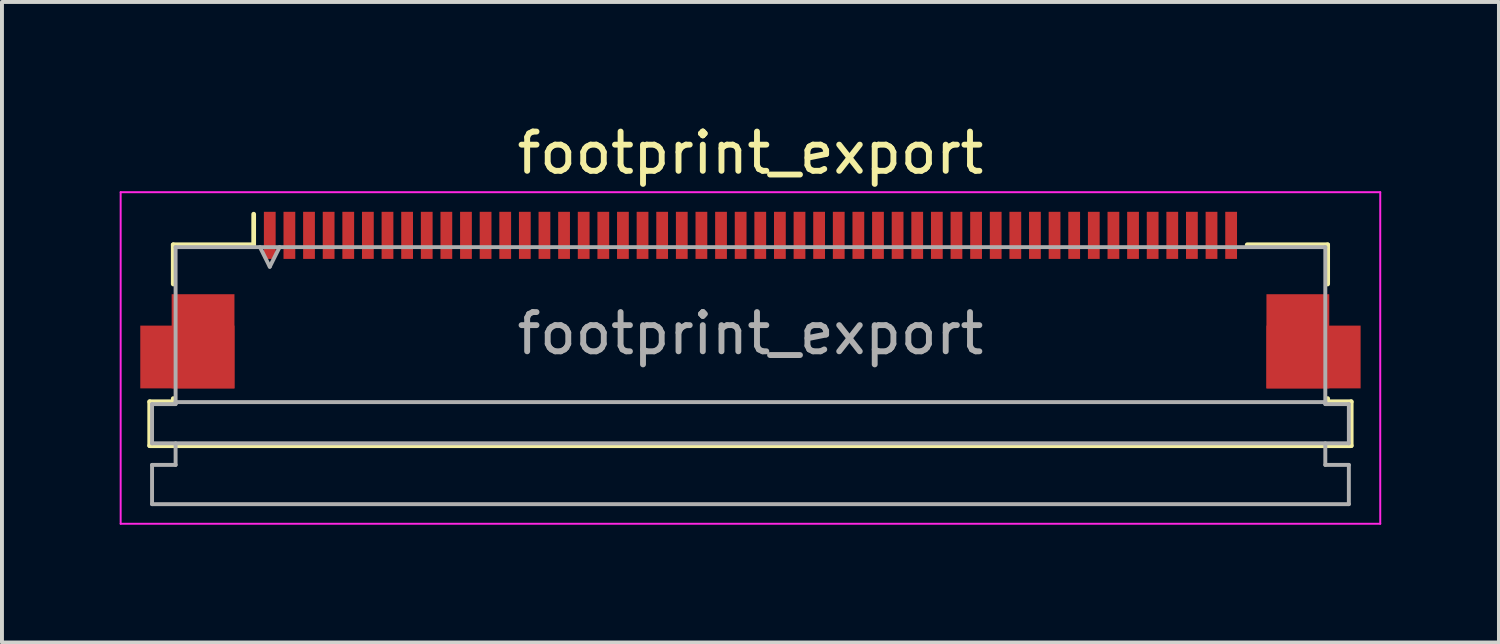
<source format=kicad_pcb>
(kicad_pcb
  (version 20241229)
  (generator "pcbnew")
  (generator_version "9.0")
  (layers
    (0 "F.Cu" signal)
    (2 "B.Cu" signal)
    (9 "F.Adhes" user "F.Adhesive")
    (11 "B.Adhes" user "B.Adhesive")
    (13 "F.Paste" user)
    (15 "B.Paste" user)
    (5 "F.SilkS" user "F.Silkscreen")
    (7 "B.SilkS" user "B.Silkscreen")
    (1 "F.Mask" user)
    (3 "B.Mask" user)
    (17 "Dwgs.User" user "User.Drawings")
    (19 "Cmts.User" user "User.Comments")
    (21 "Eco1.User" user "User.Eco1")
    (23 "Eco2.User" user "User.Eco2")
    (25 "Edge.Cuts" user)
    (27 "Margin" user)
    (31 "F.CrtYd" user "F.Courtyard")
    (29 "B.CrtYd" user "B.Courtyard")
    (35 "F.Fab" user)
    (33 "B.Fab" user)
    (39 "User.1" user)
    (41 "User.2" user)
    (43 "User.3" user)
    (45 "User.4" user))
  (footprint "footprint_export"
    (layer "F.Cu")
    (at 16.075 4.598)
    (property "Reference" "footprint_export" (at 0 -3.75 0) (layer "F.SilkS") (effects (font (size 1 1) (thickness 0.15))))
    (attr smd)
    (fp_line (start -15.31 2.59) (end -15.31 3.71) (stroke (width 0.12) (type solid)) (layer "F.SilkS"))
    (fp_line (start -15.31 2.59) (end -14.71 2.59) (stroke (width 0.12) (type solid)) (layer "F.SilkS"))
    (fp_line (start -14.71 -1.41) (end -14.71 -0.41) (stroke (width 0.12) (type solid)) (layer "F.SilkS"))
    (fp_line (start -14.71 2.59) (end -14.71 2.51) (stroke (width 0.12) (type solid)) (layer "F.SilkS"))
    (fp_line (start -12.66 -1.41) (end -14.71 -1.41) (stroke (width 0.12) (type solid)) (layer "F.SilkS"))
    (fp_line (start -12.66 -1.41) (end -12.66 -2.19) (stroke (width 0.12) (type solid)) (layer "F.SilkS"))
    (fp_line (start 14.71 -1.41) (end 12.66 -1.41) (stroke (width 0.12) (type solid)) (layer "F.SilkS"))
    (fp_line (start 14.71 -1.41) (end 14.71 -0.41) (stroke (width 0.12) (type solid)) (layer "F.SilkS"))
    (fp_line (start 14.71 2.59) (end 14.71 2.51) (stroke (width 0.12) (type solid)) (layer "F.SilkS"))
    (fp_line (start 14.71 2.59) (end 15.31 2.59) (stroke (width 0.12) (type solid)) (layer "F.SilkS"))
    (fp_line (start 15.31 2.59) (end 15.31 3.71) (stroke (width 0.12) (type solid)) (layer "F.SilkS"))
    (fp_line (start 15.31 3.71) (end -15.31 3.71) (stroke (width 0.12) (type solid)) (layer "F.SilkS"))
    (fp_line (start -16.05 -2.75) (end -16.05 5.7) (stroke (width 0.05) (type solid)) (layer "F.CrtYd"))
    (fp_line (start -16.05 -2.75) (end 16.05 -2.75) (stroke (width 0.05) (type solid)) (layer "F.CrtYd"))
    (fp_line (start 16.05 5.7) (end -16.05 5.7) (stroke (width 0.05) (type solid)) (layer "F.CrtYd"))
    (fp_line (start 16.05 5.7) (end 16.05 -2.75) (stroke (width 0.05) (type solid)) (layer "F.CrtYd"))
    (fp_line (start -15.25 2.65) (end -15.25 3.65) (stroke (width 0.1) (type solid)) (layer "F.Fab"))
    (fp_line (start -15.25 2.65) (end -14.65 2.65) (stroke (width 0.1) (type solid)) (layer "F.Fab"))
    (fp_line (start -15.25 3.65) (end 15.25 3.65) (stroke (width 0.1) (type solid)) (layer "F.Fab"))
    (fp_line (start -15.25 4.2) (end -15.25 5.2) (stroke (width 0.1) (type solid)) (layer "F.Fab"))
    (fp_line (start -15.25 4.2) (end -14.65 4.2) (stroke (width 0.1) (type solid)) (layer "F.Fab"))
    (fp_line (start -15.25 5.2) (end 15.25 5.2) (stroke (width 0.1) (type solid)) (layer "F.Fab"))
    (fp_line (start -14.65 -1.35) (end -14.65 2.6) (stroke (width 0.1) (type solid)) (layer "F.Fab"))
    (fp_line (start -14.65 -1.35) (end 14.65 -1.35) (stroke (width 0.1) (type solid)) (layer "F.Fab"))
    (fp_line (start -14.65 2.6) (end -14.65 2.65) (stroke (width 0.1) (type solid)) (layer "F.Fab"))
    (fp_line (start -14.65 2.6) (end 14.65 2.6) (stroke (width 0.1) (type solid)) (layer "F.Fab"))
    (fp_line (start -14.65 3.65) (end -14.65 4.2) (stroke (width 0.1) (type solid)) (layer "F.Fab"))
    (fp_line (start -12.5 -1.35) (end -12.25 -0.85) (stroke (width 0.1) (type solid)) (layer "F.Fab"))
    (fp_line (start -12.25 -0.85) (end -12 -1.35) (stroke (width 0.1) (type solid)) (layer "F.Fab"))
    (fp_line (start 14.65 -1.35) (end 14.65 2.6) (stroke (width 0.1) (type solid)) (layer "F.Fab"))
    (fp_line (start 14.65 2.6) (end 14.65 2.65) (stroke (width 0.1) (type solid)) (layer "F.Fab"))
    (fp_line (start 14.65 2.65) (end 15.25 2.65) (stroke (width 0.1) (type solid)) (layer "F.Fab"))
    (fp_line (start 14.65 3.65) (end 14.65 4.2) (stroke (width 0.1) (type solid)) (layer "F.Fab"))
    (fp_line (start 14.65 4.2) (end 15.25 4.2) (stroke (width 0.1) (type solid)) (layer "F.Fab"))
    (fp_line (start 15.25 2.65) (end 15.25 3.65) (stroke (width 0.1) (type solid)) (layer "F.Fab"))
    (fp_line (start 15.25 4.2) (end 15.25 5.2) (stroke (width 0.1) (type solid)) (layer "F.Fab"))
    (fp_text user "${REFERENCE}" (at 0 0.85 0) (layer "F.Fab") (effects (font (size 1 1) (thickness 0.15))))
    (pad "1" smd rect (at -12.25 -1.65) (size 0.3 1.2) (layers "F.Cu" "F.Mask" "F.Paste"))
    (pad "2" smd rect (at -11.75 -1.65) (size 0.3 1.2) (layers "F.Cu" "F.Mask" "F.Paste"))
    (pad "3" smd rect (at -11.25 -1.65) (size 0.3 1.2) (layers "F.Cu" "F.Mask" "F.Paste"))
    (pad "4" smd rect (at -10.75 -1.65) (size 0.3 1.2) (layers "F.Cu" "F.Mask" "F.Paste"))
    (pad "5" smd rect (at -10.25 -1.65) (size 0.3 1.2) (layers "F.Cu" "F.Mask" "F.Paste"))
    (pad "6" smd rect (at -9.75 -1.65) (size 0.3 1.2) (layers "F.Cu" "F.Mask" "F.Paste"))
    (pad "7" smd rect (at -9.25 -1.65) (size 0.3 1.2) (layers "F.Cu" "F.Mask" "F.Paste"))
    (pad "8" smd rect (at -8.75 -1.65) (size 0.3 1.2) (layers "F.Cu" "F.Mask" "F.Paste"))
    (pad "9" smd rect (at -8.25 -1.65) (size 0.3 1.2) (layers "F.Cu" "F.Mask" "F.Paste"))
    (pad "10" smd rect (at -7.75 -1.65) (size 0.3 1.2) (layers "F.Cu" "F.Mask" "F.Paste"))
    (pad "11" smd rect (at -7.25 -1.65) (size 0.3 1.2) (layers "F.Cu" "F.Mask" "F.Paste"))
    (pad "12" smd rect (at -6.75 -1.65) (size 0.3 1.2) (layers "F.Cu" "F.Mask" "F.Paste"))
    (pad "13" smd rect (at -6.25 -1.65) (size 0.3 1.2) (layers "F.Cu" "F.Mask" "F.Paste"))
    (pad "14" smd rect (at -5.75 -1.65) (size 0.3 1.2) (layers "F.Cu" "F.Mask" "F.Paste"))
    (pad "15" smd rect (at -5.25 -1.65) (size 0.3 1.2) (layers "F.Cu" "F.Mask" "F.Paste"))
    (pad "16" smd rect (at -4.75 -1.65) (size 0.3 1.2) (layers "F.Cu" "F.Mask" "F.Paste"))
    (pad "17" smd rect (at -4.25 -1.65) (size 0.3 1.2) (layers "F.Cu" "F.Mask" "F.Paste"))
    (pad "18" smd rect (at -3.75 -1.65) (size 0.3 1.2) (layers "F.Cu" "F.Mask" "F.Paste"))
    (pad "19" smd rect (at -3.25 -1.65) (size 0.3 1.2) (layers "F.Cu" "F.Mask" "F.Paste"))
    (pad "20" smd rect (at -2.75 -1.65) (size 0.3 1.2) (layers "F.Cu" "F.Mask" "F.Paste"))
    (pad "21" smd rect (at -2.25 -1.65) (size 0.3 1.2) (layers "F.Cu" "F.Mask" "F.Paste"))
    (pad "22" smd rect (at -1.75 -1.65) (size 0.3 1.2) (layers "F.Cu" "F.Mask" "F.Paste"))
    (pad "23" smd rect (at -1.25 -1.65) (size 0.3 1.2) (layers "F.Cu" "F.Mask" "F.Paste"))
    (pad "24" smd rect (at -0.75 -1.65) (size 0.3 1.2) (layers "F.Cu" "F.Mask" "F.Paste"))
    (pad "25" smd rect (at -0.25 -1.65) (size 0.3 1.2) (layers "F.Cu" "F.Mask" "F.Paste"))
    (pad "26" smd rect (at 0.25 -1.65) (size 0.3 1.2) (layers "F.Cu" "F.Mask" "F.Paste"))
    (pad "27" smd rect (at 0.75 -1.65) (size 0.3 1.2) (layers "F.Cu" "F.Mask" "F.Paste"))
    (pad "28" smd rect (at 1.25 -1.65) (size 0.3 1.2) (layers "F.Cu" "F.Mask" "F.Paste"))
    (pad "29" smd rect (at 1.75 -1.65) (size 0.3 1.2) (layers "F.Cu" "F.Mask" "F.Paste"))
    (pad "30" smd rect (at 2.25 -1.65) (size 0.3 1.2) (layers "F.Cu" "F.Mask" "F.Paste"))
    (pad "31" smd rect (at 2.75 -1.65) (size 0.3 1.2) (layers "F.Cu" "F.Mask" "F.Paste"))
    (pad "32" smd rect (at 3.25 -1.65) (size 0.3 1.2) (layers "F.Cu" "F.Mask" "F.Paste"))
    (pad "33" smd rect (at 3.75 -1.65) (size 0.3 1.2) (layers "F.Cu" "F.Mask" "F.Paste"))
    (pad "34" smd rect (at 4.25 -1.65) (size 0.3 1.2) (layers "F.Cu" "F.Mask" "F.Paste"))
    (pad "35" smd rect (at 4.75 -1.65) (size 0.3 1.2) (layers "F.Cu" "F.Mask" "F.Paste"))
    (pad "36" smd rect (at 5.25 -1.65) (size 0.3 1.2) (layers "F.Cu" "F.Mask" "F.Paste"))
    (pad "37" smd rect (at 5.75 -1.65) (size 0.3 1.2) (layers "F.Cu" "F.Mask" "F.Paste"))
    (pad "38" smd rect (at 6.25 -1.65) (size 0.3 1.2) (layers "F.Cu" "F.Mask" "F.Paste"))
    (pad "39" smd rect (at 6.75 -1.65) (size 0.3 1.2) (layers "F.Cu" "F.Mask" "F.Paste"))
    (pad "40" smd rect (at 7.25 -1.65) (size 0.3 1.2) (layers "F.Cu" "F.Mask" "F.Paste"))
    (pad "41" smd rect (at 7.75 -1.65) (size 0.3 1.2) (layers "F.Cu" "F.Mask" "F.Paste"))
    (pad "42" smd rect (at 8.25 -1.65) (size 0.3 1.2) (layers "F.Cu" "F.Mask" "F.Paste"))
    (pad "43" smd rect (at 8.75 -1.65) (size 0.3 1.2) (layers "F.Cu" "F.Mask" "F.Paste"))
    (pad "44" smd rect (at 9.25 -1.65) (size 0.3 1.2) (layers "F.Cu" "F.Mask" "F.Paste"))
    (pad "45" smd rect (at 9.75 -1.65) (size 0.3 1.2) (layers "F.Cu" "F.Mask" "F.Paste"))
    (pad "46" smd rect (at 10.25 -1.65) (size 0.3 1.2) (layers "F.Cu" "F.Mask" "F.Paste"))
    (pad "47" smd rect (at 10.75 -1.65) (size 0.3 1.2) (layers "F.Cu" "F.Mask" "F.Paste"))
    (pad "48" smd rect (at 11.25 -1.65) (size 0.3 1.2) (layers "F.Cu" "F.Mask" "F.Paste"))
    (pad "49" smd rect (at 11.75 -1.65) (size 0.3 1.2) (layers "F.Cu" "F.Mask" "F.Paste"))
    (pad "50" smd rect (at 12.25 -1.65) (size 0.3 1.2) (layers "F.Cu" "F.Mask" "F.Paste"))
    (pad "MP" smd rect (at -14.35 1.45) (size 2.4 1.6) (layers "F.Cu" "F.Mask" "F.Paste"))
    (pad "MP" smd rect (at -13.95 1.05) (size 1.6 2.4) (layers "F.Cu" "F.Mask" "F.Paste"))
    (pad "MP" smd rect (at 13.95 1.05) (size 1.6 2.4) (layers "F.Cu" "F.Mask" "F.Paste"))
    (pad "MP" smd rect (at 14.35 1.45) (size 2.4 1.6) (layers "F.Cu" "F.Mask" "F.Paste")))
  (gr_rect
    (start -3 -3)
    (end 35.15 13.323)
    (stroke (width 0.1) (type default))
    (fill no)
    (layer "Edge.Cuts")))
</source>
